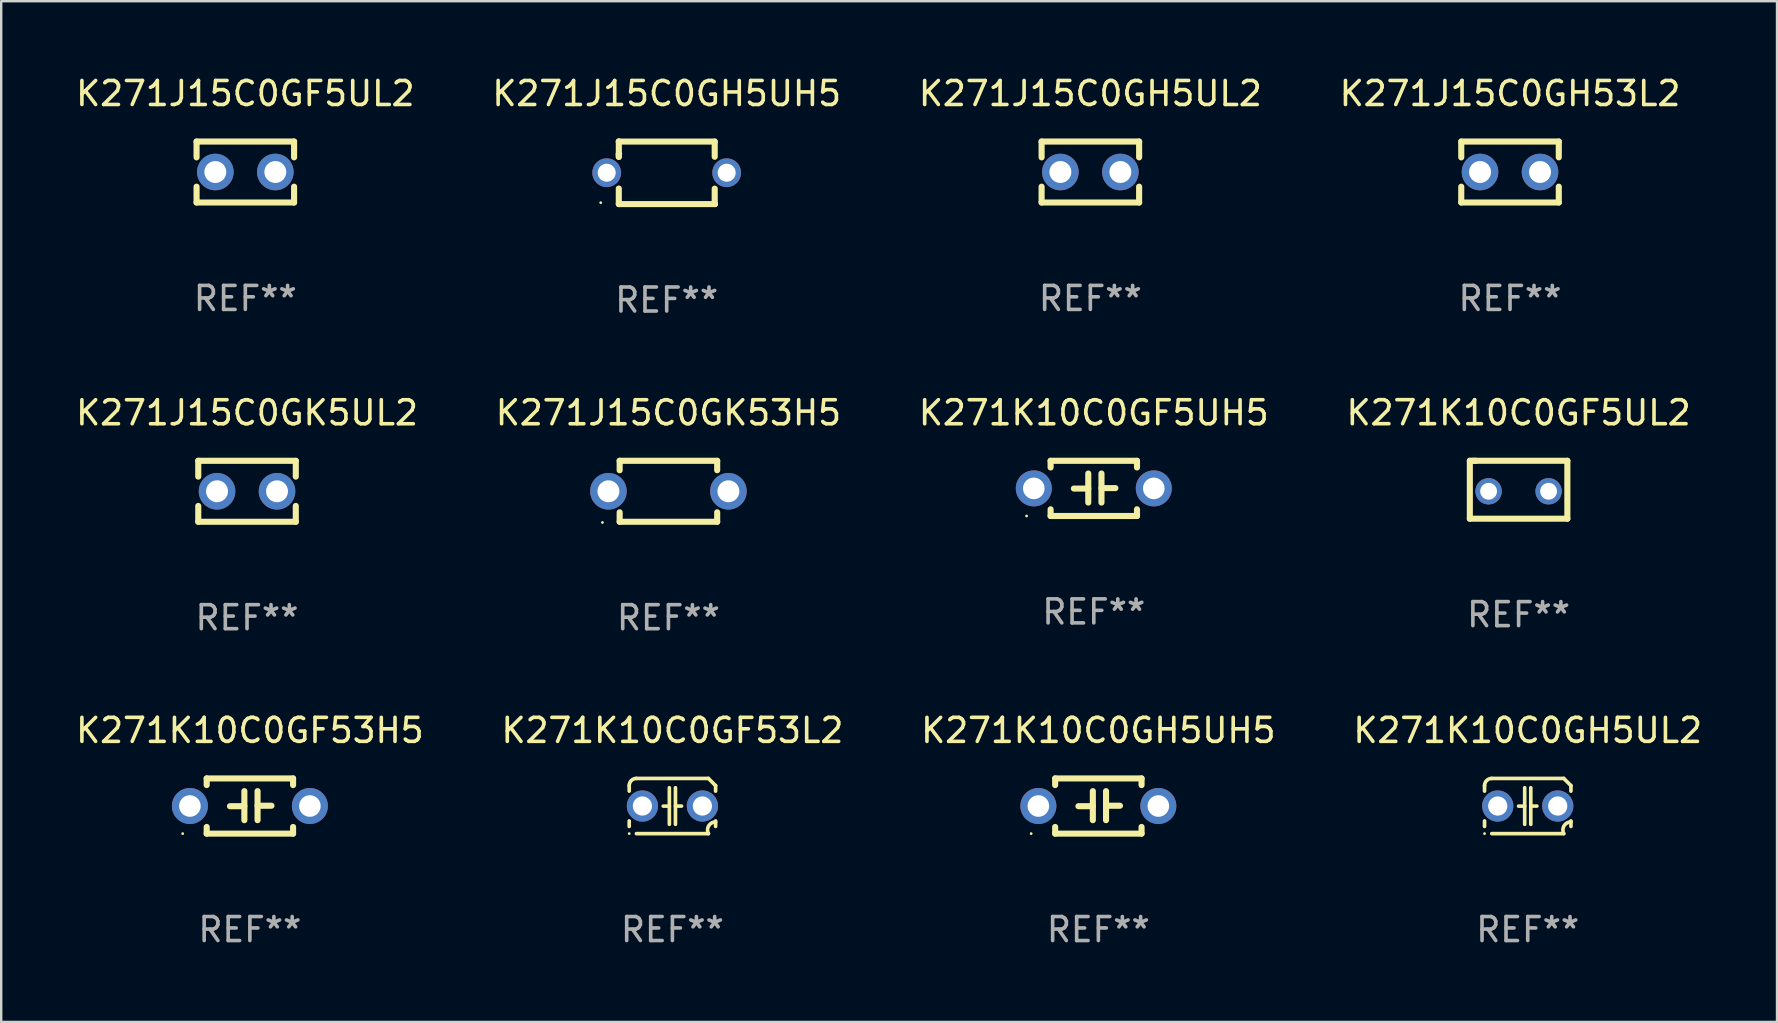
<source format=kicad_pcb>
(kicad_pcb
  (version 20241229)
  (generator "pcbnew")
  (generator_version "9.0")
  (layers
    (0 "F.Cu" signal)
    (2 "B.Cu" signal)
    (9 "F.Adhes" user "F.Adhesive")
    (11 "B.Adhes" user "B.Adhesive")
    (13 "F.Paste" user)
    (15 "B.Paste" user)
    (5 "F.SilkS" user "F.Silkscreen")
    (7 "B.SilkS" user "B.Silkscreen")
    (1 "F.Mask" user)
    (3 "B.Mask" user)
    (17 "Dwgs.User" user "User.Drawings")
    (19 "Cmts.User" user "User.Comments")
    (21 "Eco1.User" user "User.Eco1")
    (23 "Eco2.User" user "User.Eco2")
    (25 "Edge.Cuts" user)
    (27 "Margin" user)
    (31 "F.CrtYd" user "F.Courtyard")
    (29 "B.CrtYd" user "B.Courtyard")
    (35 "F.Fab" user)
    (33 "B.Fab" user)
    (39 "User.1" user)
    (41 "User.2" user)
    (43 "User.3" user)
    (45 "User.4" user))
  (footprint "K271K10C0GH5UH5"
    (layer "F.Cu")
    (at 42.72 30.538)
    (property "Reference" "K271K10C0GH5UH5" (at 0 -3.15 0) (layer "F.SilkS") (effects (font (size 1 1) (thickness 0.15))))
    (attr through_hole)
    (fp_line (start -1.8 -1.15) (end -1.8 -0.872) (stroke (width 0.254) (type solid)) (layer "F.SilkS"))
    (fp_line (start -1.8 -1.15) (end 1.8 -1.15) (stroke (width 0.254) (type solid)) (layer "F.SilkS"))
    (fp_line (start -1.8 0.872) (end -1.8 1.15) (stroke (width 0.254) (type solid)) (layer "F.SilkS"))
    (fp_line (start -1.8 1.15) (end 1.8 1.15) (stroke (width 0.254) (type solid)) (layer "F.SilkS"))
    (fp_line (start -0.23 -0.62) (end -0.23 0.59) (stroke (width 0.254) (type solid)) (layer "F.SilkS"))
    (fp_line (start -0.23 0.007) (end -0.83 0.007) (stroke (width 0.254) (type solid)) (layer "F.SilkS"))
    (fp_line (start 0.32 -0.62) (end 0.32 0.59) (stroke (width 0.254) (type solid)) (layer "F.SilkS"))
    (fp_line (start 0.32 -0.012) (end 0.9 -0.012) (stroke (width 0.254) (type solid)) (layer "F.SilkS"))
    (fp_line (start 1.8 -1.15) (end 1.8 -0.872) (stroke (width 0.254) (type solid)) (layer "F.SilkS"))
    (fp_line (start 1.8 0.872) (end 1.8 1.15) (stroke (width 0.254) (type solid)) (layer "F.SilkS"))
    (fp_circle (center -2.8 1.15) (end -2.77 1.15) (stroke (width 0.06) (type solid)) (fill no) (layer "F.SilkS"))
    (fp_text user "REF**" (at 0 5.15 0) (layer "F.Fab") (effects (font (size 1 1) (thickness 0.15))))
    (pad "1" thru_hole circle (at -2.5 0) (size 1.5 1.5) (drill 0.9) (layers "*.Cu" "*.Mask"))
    (pad "2" thru_hole circle (at 2.5 0) (size 1.5 1.5) (drill 0.9) (layers "*.Cu" "*.Mask")))
  (footprint "K271J15C0GK53H5"
    (layer "F.Cu")
    (at 24.804 17.422)
    (property "Reference" "K271J15C0GK53H5" (at 0 -3.27 0) (layer "F.SilkS") (effects (font (size 1 1) (thickness 0.15))))
    (attr through_hole)
    (fp_line (start -2.032 -1.27) (end -2.032 -0.876) (stroke (width 0.254) (type solid)) (layer "F.SilkS"))
    (fp_line (start -2.032 0.876) (end -2.032 1.27) (stroke (width 0.254) (type solid)) (layer "F.SilkS"))
    (fp_line (start -2.032 1.27) (end 2.032 1.27) (stroke (width 0.254) (type solid)) (layer "F.SilkS"))
    (fp_line (start 2.032 -1.27) (end -2.032 -1.27) (stroke (width 0.254) (type solid)) (layer "F.SilkS"))
    (fp_line (start 2.032 -0.876) (end 2.032 -1.27) (stroke (width 0.254) (type solid)) (layer "F.SilkS"))
    (fp_line (start 2.032 1.27) (end 2.032 0.876) (stroke (width 0.254) (type solid)) (layer "F.SilkS"))
    (fp_circle (center -2.751 1.3) (end -2.721 1.3) (stroke (width 0.06) (type solid)) (fill no) (layer "F.SilkS"))
    (fp_text user "REF**" (at 0 5.27 0) (layer "F.Fab") (effects (font (size 1 1) (thickness 0.15))))
    (pad "1" thru_hole circle (at -2.5 0) (size 1.524 1.524) (drill 0.914) (layers "*.Cu" "*.Mask"))
    (pad "2" thru_hole circle (at 2.5 0) (size 1.524 1.524) (drill 0.914) (layers "*.Cu" "*.Mask")))
  (footprint "K271K10C0GH5UL2"
    (layer "F.Cu")
    (at 60.613 30.538)
    (property "Reference" "K271K10C0GH5UL2" (at 0 -3.15 0) (layer "F.SilkS") (effects (font (size 1 1) (thickness 0.15))))
    (attr through_hole)
    (fp_line (start -1.8 -0.621) (end -1.8 -0.85) (stroke (width 0.152) (type solid)) (layer "F.SilkS"))
    (fp_line (start -1.8 0.85) (end -1.8 0.621) (stroke (width 0.152) (type solid)) (layer "F.SilkS"))
    (fp_line (start -1.5 -1.15) (end 1.5 -1.15) (stroke (width 0.152) (type solid)) (layer "F.SilkS"))
    (fp_line (start -0.127 -0.762) (end -0.127 0.762) (stroke (width 0.152) (type solid)) (layer "F.SilkS"))
    (fp_line (start -0.127 0.005) (end -0.381 0.005) (stroke (width 0.152) (type solid)) (layer "F.SilkS"))
    (fp_line (start 0.127 -0.762) (end 0.127 0.762) (stroke (width 0.152) (type solid)) (layer "F.SilkS"))
    (fp_line (start 0.127 0.002) (end 0.381 0.002) (stroke (width 0.152) (type solid)) (layer "F.SilkS"))
    (fp_line (start 1.5 1.15) (end -1.5 1.15) (stroke (width 0.152) (type solid)) (layer "F.SilkS"))
    (fp_line (start 1.8 -0.85) (end 1.8 -0.621) (stroke (width 0.152) (type solid)) (layer "F.SilkS"))
    (fp_line (start 1.8 0.621) (end 1.8 0.85) (stroke (width 0.152) (type solid)) (layer "F.SilkS"))
    (fp_arc (start -1.799975 -0.849987) (mid -1.712107 -1.062119) (end -1.499975 -1.149987) (stroke (width 0.151994) (type solid)) (layer "F.SilkS"))
    (fp_arc (start 1.499975 1.149987) (mid 1.513726 0.822359) (end 1.799975 0.662387) (stroke (width 0.151994) (type solid)) (layer "F.SilkS"))
    (fp_arc (start 1.500001 -1.149986) (mid 1.650015 -1.000001) (end 1.8 -0.849987) (stroke (width 0.151994) (type solid)) (layer "F.SilkS"))
    (fp_circle (center -1.8 1.15) (end -1.77 1.15) (stroke (width 0.06) (type solid)) (fill no) (layer "F.SilkS"))
    (fp_text user "REF**" (at 0 5.15 0) (layer "F.Fab") (effects (font (size 1 1) (thickness 0.15))))
    (pad "1" thru_hole circle (at -1.25 0) (size 1.3 1.3) (drill 0.8) (layers "*.Cu" "*.Mask"))
    (pad "2" thru_hole circle (at 1.25 0) (size 1.3 1.3) (drill 0.8) (layers "*.Cu" "*.Mask")))
  (footprint "K271K10C0GF5UL2"
    (layer "F.Cu")
    (at 60.232 17.358)
    (property "Reference" "K271K10C0GF5UL2" (at 0 -3.207 0) (layer "F.SilkS") (effects (font (size 1 1) (thickness 0.15))))
    (attr through_hole)
    (fp_line (start -2.032 -1.207) (end -1.778 -1.207) (stroke (width 0.254) (type solid)) (layer "F.SilkS"))
    (fp_line (start -2.032 1.207) (end -2.032 -1.207) (stroke (width 0.254) (type solid)) (layer "F.SilkS"))
    (fp_line (start -1.905 -1.207) (end 2.032 -1.207) (stroke (width 0.254) (type solid)) (layer "F.SilkS"))
    (fp_line (start 2.032 -1.207) (end 2.032 1.207) (stroke (width 0.254) (type solid)) (layer "F.SilkS"))
    (fp_line (start 2.032 1.207) (end -2.032 1.207) (stroke (width 0.254) (type solid)) (layer "F.SilkS"))
    (fp_circle (center -1.8 1.214) (end -1.77 1.214) (stroke (width 0.06) (type solid)) (fill no) (layer "F.SilkS"))
    (fp_text user "REF**" (at 0 5.207 0) (layer "F.Fab") (effects (font (size 1 1) (thickness 0.15))))
    (pad "1" thru_hole circle (at -1.25 0.064) (size 1.1 1.1) (drill 0.7) (layers "*.Cu" "*.Mask"))
    (pad "2" thru_hole circle (at 1.25 0.064) (size 1.1 1.1) (drill 0.7) (layers "*.Cu" "*.Mask")))
  (footprint "K271J15C0GH53L2"
    (layer "F.Cu")
    (at 59.875 4.118)
    (property "Reference" "K271J15C0GH53L2" (at 0 -3.27 0) (layer "F.SilkS") (effects (font (size 1 1) (thickness 0.15))))
    (attr through_hole)
    (fp_line (start -2.032 -1.27) (end -2.032 -0.611) (stroke (width 0.254) (type solid)) (layer "F.SilkS"))
    (fp_line (start -2.032 0.611) (end -2.032 1.27) (stroke (width 0.254) (type solid)) (layer "F.SilkS"))
    (fp_line (start -2.032 1.27) (end 2.032 1.27) (stroke (width 0.254) (type solid)) (layer "F.SilkS"))
    (fp_line (start 2.032 -1.27) (end -2.032 -1.27) (stroke (width 0.254) (type solid)) (layer "F.SilkS"))
    (fp_line (start 2.032 -0.611) (end 2.032 -1.27) (stroke (width 0.254) (type solid)) (layer "F.SilkS"))
    (fp_line (start 2.032 1.27) (end 2.032 0.611) (stroke (width 0.254) (type solid)) (layer "F.SilkS"))
    (fp_circle (center -2 1.3) (end -1.97 1.3) (stroke (width 0.06) (type solid)) (fill no) (layer "F.SilkS"))
    (fp_text user "REF**" (at 0 5.27 0) (layer "F.Fab") (effects (font (size 1 1) (thickness 0.15))))
    (pad "1" thru_hole circle (at -1.25 0) (size 1.524 1.524) (drill 0.914) (layers "*.Cu" "*.Mask"))
    (pad "2" thru_hole circle (at 1.25 0) (size 1.524 1.524) (drill 0.914) (layers "*.Cu" "*.Mask")))
  (footprint "K271K10C0GF53H5"
    (layer "F.Cu")
    (at 7.363 30.538)
    (property "Reference" "K271K10C0GF53H5" (at 0 -3.15 0) (layer "F.SilkS") (effects (font (size 1 1) (thickness 0.15))))
    (attr through_hole)
    (fp_line (start -1.8 -1.15) (end -1.8 -0.872) (stroke (width 0.254) (type solid)) (layer "F.SilkS"))
    (fp_line (start -1.8 -1.15) (end 1.8 -1.15) (stroke (width 0.254) (type solid)) (layer "F.SilkS"))
    (fp_line (start -1.8 0.872) (end -1.8 1.15) (stroke (width 0.254) (type solid)) (layer "F.SilkS"))
    (fp_line (start -1.8 1.15) (end 1.8 1.15) (stroke (width 0.254) (type solid)) (layer "F.SilkS"))
    (fp_line (start -0.23 -0.62) (end -0.23 0.59) (stroke (width 0.254) (type solid)) (layer "F.SilkS"))
    (fp_line (start -0.23 0.007) (end -0.83 0.007) (stroke (width 0.254) (type solid)) (layer "F.SilkS"))
    (fp_line (start 0.32 -0.62) (end 0.32 0.59) (stroke (width 0.254) (type solid)) (layer "F.SilkS"))
    (fp_line (start 0.32 -0.012) (end 0.9 -0.012) (stroke (width 0.254) (type solid)) (layer "F.SilkS"))
    (fp_line (start 1.8 -1.15) (end 1.8 -0.872) (stroke (width 0.254) (type solid)) (layer "F.SilkS"))
    (fp_line (start 1.8 0.872) (end 1.8 1.15) (stroke (width 0.254) (type solid)) (layer "F.SilkS"))
    (fp_circle (center -2.8 1.15) (end -2.77 1.15) (stroke (width 0.06) (type solid)) (fill no) (layer "F.SilkS"))
    (fp_text user "REF**" (at 0 5.15 0) (layer "F.Fab") (effects (font (size 1 1) (thickness 0.15))))
    (pad "1" thru_hole circle (at -2.5 0) (size 1.5 1.5) (drill 0.9) (layers "*.Cu" "*.Mask"))
    (pad "2" thru_hole circle (at 2.5 0) (size 1.5 1.5) (drill 0.9) (layers "*.Cu" "*.Mask")))
  (footprint "K271K10C0GF53L2"
    (layer "F.Cu")
    (at 24.97 30.538)
    (property "Reference" "K271K10C0GF53L2" (at 0 -3.15 0) (layer "F.SilkS") (effects (font (size 1 1) (thickness 0.15))))
    (attr through_hole)
    (fp_line (start -1.8 -0.621) (end -1.8 -0.85) (stroke (width 0.152) (type solid)) (layer "F.SilkS"))
    (fp_line (start -1.8 0.85) (end -1.8 0.621) (stroke (width 0.152) (type solid)) (layer "F.SilkS"))
    (fp_line (start -1.5 -1.15) (end 1.5 -1.15) (stroke (width 0.152) (type solid)) (layer "F.SilkS"))
    (fp_line (start -0.127 -0.762) (end -0.127 0.762) (stroke (width 0.152) (type solid)) (layer "F.SilkS"))
    (fp_line (start -0.127 0.005) (end -0.381 0.005) (stroke (width 0.152) (type solid)) (layer "F.SilkS"))
    (fp_line (start 0.127 -0.762) (end 0.127 0.762) (stroke (width 0.152) (type solid)) (layer "F.SilkS"))
    (fp_line (start 0.127 0.002) (end 0.381 0.002) (stroke (width 0.152) (type solid)) (layer "F.SilkS"))
    (fp_line (start 1.5 1.15) (end -1.5 1.15) (stroke (width 0.152) (type solid)) (layer "F.SilkS"))
    (fp_line (start 1.8 -0.85) (end 1.8 -0.621) (stroke (width 0.152) (type solid)) (layer "F.SilkS"))
    (fp_line (start 1.8 0.621) (end 1.8 0.85) (stroke (width 0.152) (type solid)) (layer "F.SilkS"))
    (fp_arc (start -1.799975 -0.849987) (mid -1.712107 -1.062119) (end -1.499975 -1.149987) (stroke (width 0.151994) (type solid)) (layer "F.SilkS"))
    (fp_arc (start 1.499975 1.149987) (mid 1.513726 0.822359) (end 1.799975 0.662387) (stroke (width 0.151994) (type solid)) (layer "F.SilkS"))
    (fp_arc (start 1.500001 -1.149986) (mid 1.650015 -1.000001) (end 1.8 -0.849987) (stroke (width 0.151994) (type solid)) (layer "F.SilkS"))
    (fp_circle (center -1.8 1.15) (end -1.77 1.15) (stroke (width 0.06) (type solid)) (fill no) (layer "F.SilkS"))
    (fp_text user "REF**" (at 0 5.15 0) (layer "F.Fab") (effects (font (size 1 1) (thickness 0.15))))
    (pad "1" thru_hole circle (at -1.25 0) (size 1.3 1.3) (drill 0.8) (layers "*.Cu" "*.Mask"))
    (pad "2" thru_hole circle (at 1.25 0) (size 1.3 1.3) (drill 0.8) (layers "*.Cu" "*.Mask")))
  (footprint "K271J15C0GK5UL2"
    (layer "F.Cu")
    (at 7.244 17.422)
    (property "Reference" "K271J15C0GK5UL2" (at 0 -3.27 0) (layer "F.SilkS") (effects (font (size 1 1) (thickness 0.15))))
    (attr through_hole)
    (fp_line (start -2.032 -1.27) (end -2.032 -0.611) (stroke (width 0.254) (type solid)) (layer "F.SilkS"))
    (fp_line (start -2.032 0.611) (end -2.032 1.27) (stroke (width 0.254) (type solid)) (layer "F.SilkS"))
    (fp_line (start -2.032 1.27) (end 2.032 1.27) (stroke (width 0.254) (type solid)) (layer "F.SilkS"))
    (fp_line (start 2.032 -1.27) (end -2.032 -1.27) (stroke (width 0.254) (type solid)) (layer "F.SilkS"))
    (fp_line (start 2.032 -0.611) (end 2.032 -1.27) (stroke (width 0.254) (type solid)) (layer "F.SilkS"))
    (fp_line (start 2.032 1.27) (end 2.032 0.611) (stroke (width 0.254) (type solid)) (layer "F.SilkS"))
    (fp_circle (center -2 1.3) (end -1.97 1.3) (stroke (width 0.06) (type solid)) (fill no) (layer "F.SilkS"))
    (fp_text user "REF**" (at 0 5.27 0) (layer "F.Fab") (effects (font (size 1 1) (thickness 0.15))))
    (pad "1" thru_hole circle (at -1.25 0) (size 1.524 1.524) (drill 0.914) (layers "*.Cu" "*.Mask"))
    (pad "2" thru_hole circle (at 1.25 0) (size 1.524 1.524) (drill 0.914) (layers "*.Cu" "*.Mask")))
  (footprint "K271J15C0GF5UL2"
    (layer "F.Cu")
    (at 7.173 4.118)
    (property "Reference" "K271J15C0GF5UL2" (at 0 -3.27 0) (layer "F.SilkS") (effects (font (size 1 1) (thickness 0.15))))
    (attr through_hole)
    (fp_line (start -2.032 -1.27) (end -2.032 -0.611) (stroke (width 0.254) (type solid)) (layer "F.SilkS"))
    (fp_line (start -2.032 0.611) (end -2.032 1.27) (stroke (width 0.254) (type solid)) (layer "F.SilkS"))
    (fp_line (start -2.032 1.27) (end 2.032 1.27) (stroke (width 0.254) (type solid)) (layer "F.SilkS"))
    (fp_line (start 2.032 -1.27) (end -2.032 -1.27) (stroke (width 0.254) (type solid)) (layer "F.SilkS"))
    (fp_line (start 2.032 -0.611) (end 2.032 -1.27) (stroke (width 0.254) (type solid)) (layer "F.SilkS"))
    (fp_line (start 2.032 1.27) (end 2.032 0.611) (stroke (width 0.254) (type solid)) (layer "F.SilkS"))
    (fp_circle (center -2 1.3) (end -1.97 1.3) (stroke (width 0.06) (type solid)) (fill no) (layer "F.SilkS"))
    (fp_text user "REF**" (at 0 5.27 0) (layer "F.Fab") (effects (font (size 1 1) (thickness 0.15))))
    (pad "1" thru_hole circle (at -1.25 0) (size 1.524 1.524) (drill 0.914) (layers "*.Cu" "*.Mask"))
    (pad "2" thru_hole circle (at 1.25 0) (size 1.524 1.524) (drill 0.914) (layers "*.Cu" "*.Mask")))
  (footprint "K271K10C0GF5UH5"
    (layer "F.Cu")
    (at 42.53 17.302)
    (property "Reference" "K271K10C0GF5UH5" (at 0 -3.15 0) (layer "F.SilkS") (effects (font (size 1 1) (thickness 0.15))))
    (attr through_hole)
    (fp_line (start -1.8 -1.15) (end -1.8 -0.872) (stroke (width 0.254) (type solid)) (layer "F.SilkS"))
    (fp_line (start -1.8 -1.15) (end 1.8 -1.15) (stroke (width 0.254) (type solid)) (layer "F.SilkS"))
    (fp_line (start -1.8 0.872) (end -1.8 1.15) (stroke (width 0.254) (type solid)) (layer "F.SilkS"))
    (fp_line (start -1.8 1.15) (end 1.8 1.15) (stroke (width 0.254) (type solid)) (layer "F.SilkS"))
    (fp_line (start -0.23 -0.62) (end -0.23 0.59) (stroke (width 0.254) (type solid)) (layer "F.SilkS"))
    (fp_line (start -0.23 0.007) (end -0.83 0.007) (stroke (width 0.254) (type solid)) (layer "F.SilkS"))
    (fp_line (start 0.32 -0.62) (end 0.32 0.59) (stroke (width 0.254) (type solid)) (layer "F.SilkS"))
    (fp_line (start 0.32 -0.012) (end 0.9 -0.012) (stroke (width 0.254) (type solid)) (layer "F.SilkS"))
    (fp_line (start 1.8 -1.15) (end 1.8 -0.872) (stroke (width 0.254) (type solid)) (layer "F.SilkS"))
    (fp_line (start 1.8 0.872) (end 1.8 1.15) (stroke (width 0.254) (type solid)) (layer "F.SilkS"))
    (fp_circle (center -2.8 1.15) (end -2.77 1.15) (stroke (width 0.06) (type solid)) (fill no) (layer "F.SilkS"))
    (fp_text user "REF**" (at 0 5.15 0) (layer "F.Fab") (effects (font (size 1 1) (thickness 0.15))))
    (pad "1" thru_hole circle (at -2.5 0) (size 1.5 1.5) (drill 0.9) (layers "*.Cu" "*.Mask"))
    (pad "2" thru_hole circle (at 2.5 0) (size 1.5 1.5) (drill 0.9) (layers "*.Cu" "*.Mask")))
  (footprint "K271J15C0GH5UL2"
    (layer "F.Cu")
    (at 42.387 4.118)
    (property "Reference" "K271J15C0GH5UL2" (at 0 -3.27 0) (layer "F.SilkS") (effects (font (size 1 1) (thickness 0.15))))
    (attr through_hole)
    (fp_line (start -2.032 -1.27) (end -2.032 -0.611) (stroke (width 0.254) (type solid)) (layer "F.SilkS"))
    (fp_line (start -2.032 0.611) (end -2.032 1.27) (stroke (width 0.254) (type solid)) (layer "F.SilkS"))
    (fp_line (start -2.032 1.27) (end 2.032 1.27) (stroke (width 0.254) (type solid)) (layer "F.SilkS"))
    (fp_line (start 2.032 -1.27) (end -2.032 -1.27) (stroke (width 0.254) (type solid)) (layer "F.SilkS"))
    (fp_line (start 2.032 -0.611) (end 2.032 -1.27) (stroke (width 0.254) (type solid)) (layer "F.SilkS"))
    (fp_line (start 2.032 1.27) (end 2.032 0.611) (stroke (width 0.254) (type solid)) (layer "F.SilkS"))
    (fp_circle (center -2 1.3) (end -1.97 1.3) (stroke (width 0.06) (type solid)) (fill no) (layer "F.SilkS"))
    (fp_text user "REF**" (at 0 5.27 0) (layer "F.Fab") (effects (font (size 1 1) (thickness 0.15))))
    (pad "1" thru_hole circle (at -1.25 0) (size 1.524 1.524) (drill 0.914) (layers "*.Cu" "*.Mask"))
    (pad "2" thru_hole circle (at 1.25 0) (size 1.524 1.524) (drill 0.914) (layers "*.Cu" "*.Mask")))
  (footprint "K271J15C0GH5UH5"
    (layer "F.Cu")
    (at 24.732 4.152)
    (property "Reference" "K271J15C0GH5UH5" (at 0 -3.303 0) (layer "F.SilkS") (effects (font (size 1 1) (thickness 0.15))))
    (attr through_hole)
    (fp_line (start -1.996 -0.782) (end -1.983 -0.795) (stroke (width 0.254) (type solid)) (layer "F.SilkS"))
    (fp_line (start -1.996 -0.665) (end -1.996 -0.782) (stroke (width 0.254) (type solid)) (layer "F.SilkS"))
    (fp_line (start -1.996 1.297) (end -1.996 0.655) (stroke (width 0.254) (type solid)) (layer "F.SilkS"))
    (fp_line (start -1.996 -1.303) (end 2.001 -1.303) (stroke (width 0.254) (type solid)) (layer "F.SilkS"))
    (fp_line (start -1.995 -1.303) (end -1.996 -1.303) (stroke (width 0.254) (type solid)) (layer "F.SilkS"))
    (fp_line (start -1.995 -0.664) (end -1.995 -1.303) (stroke (width 0.254) (type solid)) (layer "F.SilkS"))
    (fp_line (start -1.99 1.303) (end -1.996 1.297) (stroke (width 0.254) (type solid)) (layer "F.SilkS"))
    (fp_line (start 2.001 -1.303) (end 2.001 -0.669) (stroke (width 0.254) (type solid)) (layer "F.SilkS"))
    (fp_line (start 2.001 0.659) (end 2.001 1.297) (stroke (width 0.254) (type solid)) (layer "F.SilkS"))
    (fp_line (start 2.001 1.297) (end 2.008 1.303) (stroke (width 0.254) (type solid)) (layer "F.SilkS"))
    (fp_line (start 2.008 1.303) (end -1.99 1.303) (stroke (width 0.254) (type solid)) (layer "F.SilkS"))
    (fp_circle (center -2.75 1.245) (end -2.72 1.245) (stroke (width 0.06) (type solid)) (fill no) (layer "F.SilkS"))
    (fp_text user "REF**" (at 0 5.303 0) (layer "F.Fab") (effects (font (size 1 1) (thickness 0.15))))
    (pad "1" thru_hole circle (at -2.5 -0.005) (size 1.2 1.2) (drill 0.75) (layers "*.Cu" "*.Mask"))
    (pad "2" thru_hole circle (at 2.5 -0.005) (size 1.2 1.2) (drill 0.75) (layers "*.Cu" "*.Mask")))
  (gr_rect
    (start -3 -3)
    (end 71 39.536)
    (stroke (width 0.1) (type default))
    (fill no)
    (layer "Edge.Cuts")))
</source>
